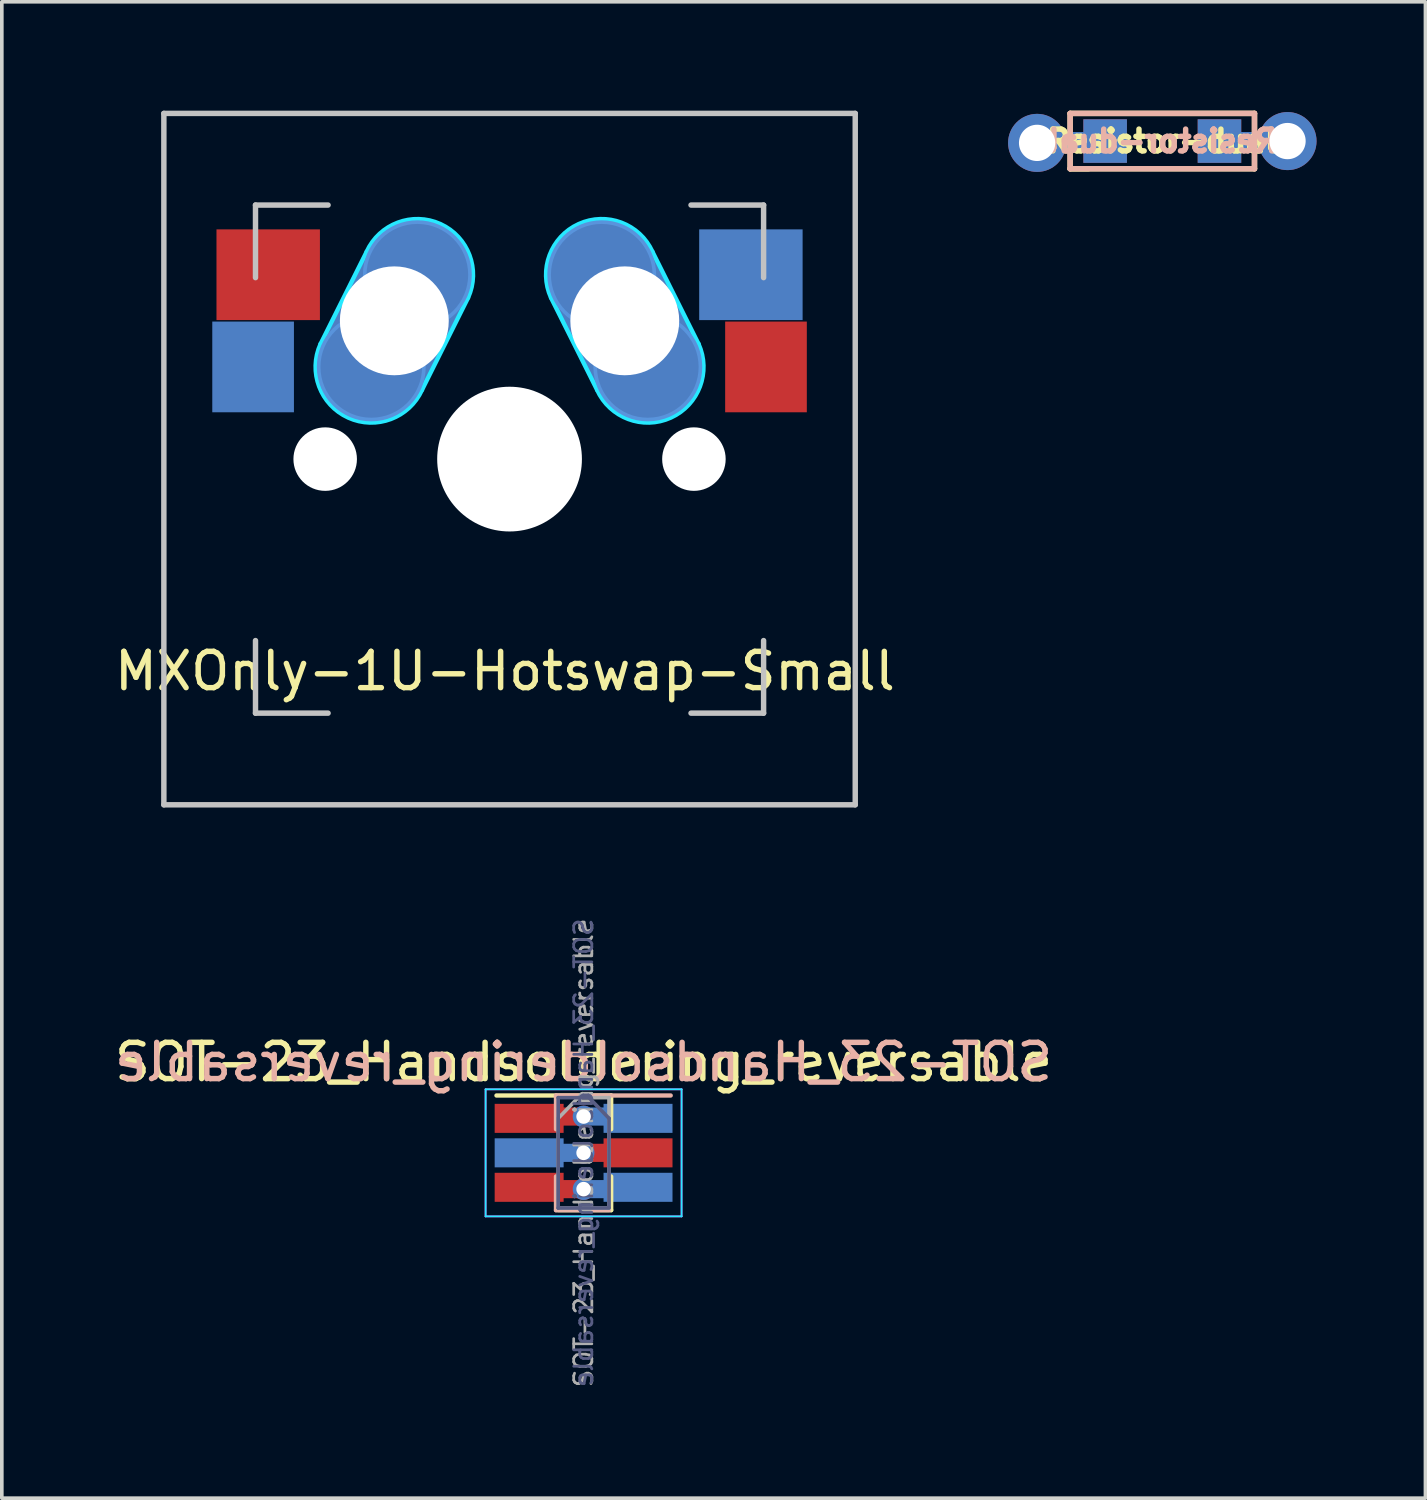
<source format=kicad_pcb>
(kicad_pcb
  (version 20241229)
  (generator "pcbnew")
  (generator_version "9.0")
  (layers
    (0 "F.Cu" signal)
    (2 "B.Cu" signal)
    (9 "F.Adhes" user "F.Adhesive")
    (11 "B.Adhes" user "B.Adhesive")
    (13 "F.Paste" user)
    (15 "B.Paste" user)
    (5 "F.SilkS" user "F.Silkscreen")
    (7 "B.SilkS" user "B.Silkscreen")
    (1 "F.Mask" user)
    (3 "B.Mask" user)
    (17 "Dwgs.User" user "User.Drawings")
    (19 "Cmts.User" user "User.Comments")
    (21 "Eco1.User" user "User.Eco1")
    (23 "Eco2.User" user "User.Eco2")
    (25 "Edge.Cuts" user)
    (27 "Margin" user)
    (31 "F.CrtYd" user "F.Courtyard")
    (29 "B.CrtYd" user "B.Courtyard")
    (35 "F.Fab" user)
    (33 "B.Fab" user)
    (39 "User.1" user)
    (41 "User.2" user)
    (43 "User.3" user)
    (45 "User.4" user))
  (footprint "MXOnly-1U-Hotswap-Small"
    (layer "F.Cu")
    (at 10.99 9.6)
    (property "Reference" "MXOnly-1U-Hotswap-Small" (at -0.127 5.842 0) (layer "F.SilkS") (effects (font (size 1 1) (thickness 0.15))))
    (attr through_hole)
    (fp_line (start -9.525 -9.525) (end 9.525 -9.525) (stroke (width 0.15) (type solid)) (layer "Dwgs.User"))
    (fp_line (start -9.525 9.525) (end -9.525 -9.525) (stroke (width 0.15) (type solid)) (layer "Dwgs.User"))
    (fp_line (start -7 -7) (end -7 -5) (stroke (width 0.15) (type solid)) (layer "Dwgs.User"))
    (fp_line (start -7 5) (end -7 7) (stroke (width 0.15) (type solid)) (layer "Dwgs.User"))
    (fp_line (start -7 7) (end -5 7) (stroke (width 0.15) (type solid)) (layer "Dwgs.User"))
    (fp_line (start -5 -7) (end -7 -7) (stroke (width 0.15) (type solid)) (layer "Dwgs.User"))
    (fp_line (start 5 -7) (end 7 -7) (stroke (width 0.15) (type solid)) (layer "Dwgs.User"))
    (fp_line (start 5 7) (end 7 7) (stroke (width 0.15) (type solid)) (layer "Dwgs.User"))
    (fp_line (start 7 -7) (end 7 -5) (stroke (width 0.15) (type solid)) (layer "Dwgs.User"))
    (fp_line (start 7 7) (end 7 5) (stroke (width 0.15) (type solid)) (layer "Dwgs.User"))
    (fp_line (start 9.525 -9.525) (end 9.525 9.525) (stroke (width 0.15) (type solid)) (layer "Dwgs.User"))
    (fp_line (start 9.525 9.525) (end -9.525 9.525) (stroke (width 0.15) (type solid)) (layer "Dwgs.User"))
    (fp_circle (center -3.81 -2.54) (end -5.26 -2.54) (stroke (width 0.1) (type solid)) (fill no) (layer "Cmts.User"))
    (fp_circle (center -2.54 -5.08) (end -1.09 -5.08) (stroke (width 0.1) (type solid)) (fill no) (layer "Cmts.User"))
    (fp_circle (center 2.54 -5.08) (end 1.09 -5.08) (stroke (width 0.1) (type solid)) (fill no) (layer "Cmts.User"))
    (fp_circle (center 3.81 -2.54) (end 5.26 -2.54) (stroke (width 0.1) (type solid)) (fill no) (layer "Cmts.User"))
    (fp_line (start -5.207 -3.175) (end -3.937 -5.715) (stroke (width 0.12) (type solid)) (layer "B.CrtYd"))
    (fp_line (start -1.143 -4.445) (end -2.413 -1.905) (stroke (width 0.12) (type solid)) (layer "B.CrtYd"))
    (fp_line (start 1.143 -4.445) (end 2.413 -1.905) (stroke (width 0.12) (type solid)) (layer "B.CrtYd"))
    (fp_line (start 5.207 -3.175) (end 3.937 -5.715) (stroke (width 0.12) (type solid)) (layer "B.CrtYd"))
    (fp_arc (start -3.936998 -5.714998) (mid -1.905 -6.476998) (end -1.143 -4.445) (stroke (width 0.12) (type solid)) (layer "B.CrtYd"))
    (fp_arc (start -2.412998 -1.905) (mid -4.444999 -1.142999) (end -5.207 -3.175001) (stroke (width 0.12) (type solid)) (layer "B.CrtYd"))
    (fp_arc (start 1.143 -4.445) (mid 1.905 -6.476998) (end 3.936998 -5.714998) (stroke (width 0.12) (type solid)) (layer "B.CrtYd"))
    (fp_arc (start 5.207 -3.175001) (mid 4.445 -1.142999) (end 2.412998 -1.905) (stroke (width 0.12) (type solid)) (layer "B.CrtYd"))
    (pad "" np_thru_hole circle (at -5.08 0 48.1) (size 1.75 1.75) (drill 1.75) (layers "*.Cu" "*.Mask"))
    (pad "" np_thru_hole roundrect (at -3.175 -3.81 63.5) (size 5.85 3) (drill 3) (layers "*.Cu" "*.Mask") (roundrect_rratio 0.5))
    (pad "" np_thru_hole circle (at 0 0) (size 3.988 3.988) (drill 3.988) (layers "*.Cu" "*.Mask"))
    (pad "" np_thru_hole roundrect (at 3.175 -3.81 296.5) (size 5.85 3) (drill 3) (layers "*.Cu" "*.Mask") (roundrect_rratio 0.5))
    (pad "" np_thru_hole circle (at 5.08 0 48.1) (size 1.75 1.75) (drill 1.75) (layers "*.Cu" "*.Mask"))
    (pad "1" smd rect (at -7.066 -2.54) (size 2.25 2.5) (layers "B.Cu" "B.Mask" "B.Paste"))
    (pad "1" smd rect (at -6.65 -5.08) (size 2.85 2.5) (layers "F.Cu" "F.Mask" "F.Paste"))
    (pad "2" smd rect (at 6.65 -5.08) (size 2.85 2.5) (layers "B.Cu" "B.Mask" "B.Paste"))
    (pad "2" smd rect (at 7.066 -2.54) (size 2.25 2.5) (layers "F.Cu" "F.Mask" "F.Paste")))
  (footprint "Resistor-dual"
    (layer "F.Cu")
    (at 28.976 0.837)
    (property "Reference" "Resistor-dual" (at 0 0 0) (layer "F.SilkS") (effects (font (size 0.6 0.6) (thickness 0.15))))
    (attr smd)
    (fp_line (start -2.54 -0.762) (end -2.54 0.762) (stroke (width 0.15) (type solid)) (layer "F.SilkS"))
    (fp_line (start -2.54 0.762) (end -2.032 0.762) (stroke (width 0.15) (type solid)) (layer "F.SilkS"))
    (fp_line (start -2.54 0.762) (end 2.54 0.762) (stroke (width 0.15) (type solid)) (layer "F.SilkS"))
    (fp_line (start 2.54 -0.762) (end -2.54 -0.762) (stroke (width 0.15) (type solid)) (layer "F.SilkS"))
    (fp_line (start 2.54 0.762) (end 2.54 -0.762) (stroke (width 0.15) (type solid)) (layer "F.SilkS"))
    (fp_line (start -2.54 -0.762) (end -2.54 0.762) (stroke (width 0.15) (type solid)) (layer "B.SilkS"))
    (fp_line (start -2.54 0.762) (end 2.54 0.762) (stroke (width 0.15) (type solid)) (layer "B.SilkS"))
    (fp_line (start 2.54 -0.762) (end -2.54 -0.762) (stroke (width 0.15) (type solid)) (layer "B.SilkS"))
    (fp_line (start 2.54 0.762) (end 2.54 -0.762) (stroke (width 0.15) (type solid)) (layer "B.SilkS"))
    (fp_text user "${REFERENCE}" (at 0 0 0) (layer "B.SilkS") (effects (font (size 0.6 0.6) (thickness 0.15)) (justify mirror)))
    (pad "1" smd rect (at 1.575 0) (size 1.2 1.2) (layers "F.Cu" "F.Mask" "F.Paste"))
    (pad "1" smd rect (at 1.575 0) (size 1.2 1.2) (layers "B.Cu" "B.Mask" "B.Paste"))
    (pad "1" smd rect (at 2.7 0) (size 2.5 0.5) (layers "F.Cu"))
    (pad "1" smd rect (at 2.7 0) (size 2.5 0.5) (layers "B.Cu"))
    (pad "1" thru_hole circle (at 3.45 0) (size 1.6 1.6) (drill 1) (layers "*.Cu" "*.Mask"))
    (pad "2" thru_hole circle (at -3.45 0.05) (size 1.6 1.6) (drill 1) (layers "*.Cu" "*.Mask"))
    (pad "2" smd rect (at -2.7 0) (size 2.5 0.5) (layers "F.Cu"))
    (pad "2" smd rect (at -2.7 0) (size 2.5 0.5) (layers "B.Cu"))
    (pad "2" smd rect (at -1.575 0) (size 1.2 1.2) (layers "F.Cu" "F.Mask" "F.Paste"))
    (pad "2" smd rect (at -1.575 0) (size 1.2 1.2) (layers "B.Cu" "B.Mask" "B.Paste")))
  (footprint "SOT-23_Handsoldering_reversable"
    (layer "F.Cu")
    (at 13.03 28.715)
    (property "Reference" "SOT-23_Handsoldering_reversable" (at 0 -2.5 0) (layer "F.SilkS") (effects (font (size 1 1) (thickness 0.15))))
    (attr smd)
    (fp_line (start 0.76 -1.58) (end -2.4 -1.58) (stroke (width 0.12) (type solid)) (layer "F.SilkS"))
    (fp_line (start 0.76 -1.58) (end 0.76 -0.65) (stroke (width 0.12) (type solid)) (layer "F.SilkS"))
    (fp_line (start 0.76 1.58) (end -0.7 1.58) (stroke (width 0.12) (type solid)) (layer "F.SilkS"))
    (fp_line (start 0.76 1.58) (end 0.76 0.65) (stroke (width 0.12) (type solid)) (layer "F.SilkS"))
    (fp_line (start -0.76 -1.58) (end -0.76 -0.65) (stroke (width 0.12) (type solid)) (layer "B.SilkS"))
    (fp_line (start -0.76 -1.58) (end 2.4 -1.58) (stroke (width 0.12) (type solid)) (layer "B.SilkS"))
    (fp_line (start -0.76 1.58) (end -0.76 0.65) (stroke (width 0.12) (type solid)) (layer "B.SilkS"))
    (fp_line (start -0.76 1.58) (end 0.7 1.58) (stroke (width 0.12) (type solid)) (layer "B.SilkS"))
    (fp_line (start -2.7 -1.75) (end -2.7 1.75) (stroke (width 0.05) (type solid)) (layer "B.CrtYd"))
    (fp_line (start -2.7 1.75) (end 2.7 1.75) (stroke (width 0.05) (type solid)) (layer "B.CrtYd"))
    (fp_line (start 2.7 -1.75) (end -2.7 -1.75) (stroke (width 0.05) (type solid)) (layer "B.CrtYd"))
    (fp_line (start 2.7 1.75) (end 2.7 -1.75) (stroke (width 0.05) (type solid)) (layer "B.CrtYd"))
    (fp_line (start -2.7 -1.75) (end 2.7 -1.75) (stroke (width 0.05) (type solid)) (layer "F.CrtYd"))
    (fp_line (start -2.7 1.75) (end -2.7 -1.75) (stroke (width 0.05) (type solid)) (layer "F.CrtYd"))
    (fp_line (start 2.7 -1.75) (end 2.7 1.75) (stroke (width 0.05) (type solid)) (layer "F.CrtYd"))
    (fp_line (start 2.7 1.75) (end -2.7 1.75) (stroke (width 0.05) (type solid)) (layer "F.CrtYd"))
    (fp_line (start -0.7 -1.52) (end -0.7 1.52) (stroke (width 0.1) (type solid)) (layer "B.Fab"))
    (fp_line (start 0.15 -1.52) (end -0.7 -1.52) (stroke (width 0.1) (type solid)) (layer "B.Fab"))
    (fp_line (start 0.7 -0.95) (end 0.15 -1.52) (stroke (width 0.1) (type solid)) (layer "B.Fab"))
    (fp_line (start 0.7 -0.95) (end 0.7 1.5) (stroke (width 0.1) (type solid)) (layer "B.Fab"))
    (fp_line (start 0.7 1.52) (end -0.7 1.52) (stroke (width 0.1) (type solid)) (layer "B.Fab"))
    (fp_line (start -0.7 -0.95) (end -0.7 1.5) (stroke (width 0.1) (type solid)) (layer "F.Fab"))
    (fp_line (start -0.7 -0.95) (end -0.15 -1.52) (stroke (width 0.1) (type solid)) (layer "F.Fab"))
    (fp_line (start -0.7 1.52) (end 0.7 1.52) (stroke (width 0.1) (type solid)) (layer "F.Fab"))
    (fp_line (start -0.15 -1.52) (end 0.7 -1.52) (stroke (width 0.1) (type solid)) (layer "F.Fab"))
    (fp_line (start 0.7 -1.52) (end 0.7 1.52) (stroke (width 0.1) (type solid)) (layer "F.Fab"))
    (fp_text user "${REFERENCE}" (at 0 -2.5 180) (layer "B.SilkS") (effects (font (size 1 1) (thickness 0.15)) (justify mirror)))
    (fp_text user "${REFERENCE}" (at 0 0 90) (layer "B.Fab") (effects (font (size 0.5 0.5) (thickness 0.075)) (justify mirror)))
    (fp_text user "${REFERENCE}" (at 0 0 90) (layer "F.Fab") (effects (font (size 0.5 0.5) (thickness 0.075))))
    (pad "1" smd rect (at -1.5 -0.95) (size 1.9 0.8) (layers "F.Cu" "F.Mask" "F.Paste"))
    (pad "1" smd rect (at -0.4 -1 180) (size 1 0.5) (layers "F.Cu" "F.Mask" "F.Paste"))
    (pad "1" thru_hole circle (at 0 -1) (size 0.6 0.6) (drill 0.4) (layers "*.Cu" "*.Mask"))
    (pad "1" smd rect (at 0.4 -1 180) (size 1 0.5) (layers "B.Cu" "B.Mask" "B.Paste"))
    (pad "1" smd rect (at 1.5 -0.95 180) (size 1.9 0.8) (layers "B.Cu" "B.Mask" "B.Paste"))
    (pad "2" smd rect (at -1.5 0.95) (size 1.9 0.8) (layers "F.Cu" "F.Mask" "F.Paste"))
    (pad "2" smd rect (at -0.4 1 180) (size 1 0.5) (layers "F.Cu" "F.Mask" "F.Paste"))
    (pad "2" thru_hole circle (at 0 1) (size 0.6 0.6) (drill 0.4) (layers "*.Cu" "*.Mask"))
    (pad "2" smd rect (at 0.4 1 180) (size 1 0.5) (layers "B.Cu" "B.Mask" "B.Paste"))
    (pad "2" smd rect (at 1.5 0.95 180) (size 1.9 0.8) (layers "B.Cu" "B.Mask" "B.Paste"))
    (pad "3" smd rect (at -1.5 0 180) (size 1.9 0.8) (layers "B.Cu" "B.Mask" "B.Paste"))
    (pad "3" smd rect (at -0.4 0 180) (size 1 0.5) (layers "B.Cu" "B.Mask" "B.Paste"))
    (pad "3" thru_hole circle (at 0 0) (size 0.6 0.6) (drill 0.4) (layers "*.Cu" "*.Mask"))
    (pad "3" smd rect (at 0.4 0 180) (size 1 0.5) (layers "F.Cu" "F.Mask" "F.Paste"))
    (pad "3" smd rect (at 1.5 0) (size 1.9 0.8) (layers "F.Cu" "F.Mask" "F.Paste")))
  (gr_rect
    (start -3 -3)
    (end 36.226 38.23)
    (stroke (width 0.1) (type default))
    (fill no)
    (layer "Edge.Cuts")))
</source>
